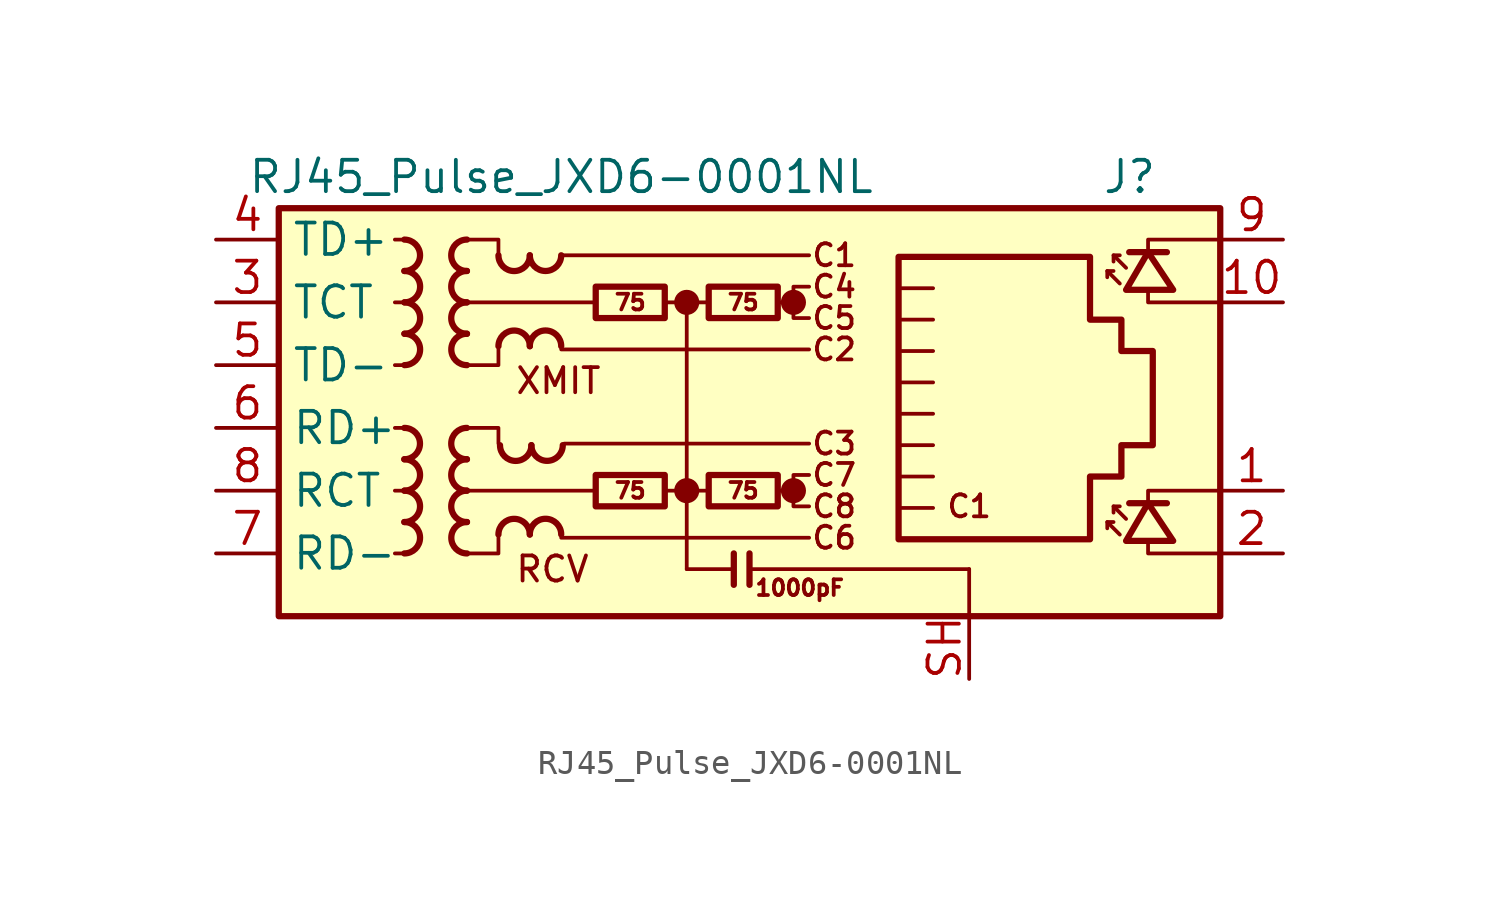
<source format=kicad_sym>
(kicad_symbol_lib
  (version 20220914)
  (generator kicad_symbol_editor)
  (symbol "RJ45_Pulse_JXD6-0001NL"
    (property "Reference" "J"
      (at 17.78 10.16 0)
      (effects (font (size 1.27 1.27)) (justify right)))
    (property "Value" "RJ45_Pulse_JXD6-0001NL"
      (at -6.35 10.16 0)
      (effects (font (size 1.27 1.27))))
    (symbol "RJ45_Pulse_JXD6-0001NL_0_0"
      (circle (center -1.27 -2.54) (radius 0.0001) (stroke (width 0.508) (type default)) (fill (type none)))
      (circle (center -1.27 5.08) (radius 0.0001) (stroke (width 0.508) (type default)) (fill (type none)))
      (polyline (pts (xy -1.27 5.08) (xy -1.27 -5.715)) (stroke (width 0) (type default)) (fill (type none)))
      (polyline (pts (xy 0.635 -5.08) (xy 0.635 -6.35)) (stroke (width 0.254) (type default)) (fill (type none)))
      (polyline (pts (xy 1.27 -5.08) (xy 1.27 -6.35)) (stroke (width 0.254) (type default)) (fill (type none)))
      (polyline (pts (xy 3.048 -2.54) (xy 2.54 -2.54)) (stroke (width 0) (type default)) (fill (type none)))
      (polyline (pts (xy 3.048 5.08) (xy 2.54 5.08)) (stroke (width 0) (type default)) (fill (type none)))
      (polyline (pts (xy 17.399 -3.175) (xy 17.399 -2.54) (xy 20.32 -2.54)) (stroke (width 0) (type default)) (fill (type none)))
      (polyline (pts (xy 17.399 6.985) (xy 17.399 7.62) (xy 20.32 7.62)) (stroke (width 0) (type default)) (fill (type none)))
      (polyline (pts (xy 20.32 -5.08) (xy 17.399 -5.08) (xy 17.399 -4.572)) (stroke (width 0) (type default)) (fill (type none)))
      (polyline (pts (xy 20.32 5.08) (xy 17.399 5.08) (xy 17.399 5.588)) (stroke (width 0) (type default)) (fill (type none)))
      (polyline (pts (xy 3.683 -1.905) (xy 3.048 -1.905) (xy 3.048 -3.175) (xy 3.683 -3.175)) (stroke (width 0) (type default)) (fill (type none)))
      (polyline (pts (xy 3.683 5.715) (xy 3.048 5.715) (xy 3.048 4.445) (xy 3.683 4.445)) (stroke (width 0) (type default)) (fill (type none)))
      (circle (center 3.048 -2.54) (radius 0.0001) (stroke (width 0.508) (type default)) (fill (type none)))
      (circle (center 3.048 5.08) (radius 0.0001) (stroke (width 0.508) (type default)) (fill (type none)))
      (text "C1" (at 4.699 6.985 0) (effects (font (size 0.889 0.889))))
      (text "C1" (at 10.16 -3.175 0) (effects (font (size 0.889 0.889))))
      (text "C2" (at 4.699 3.175 0) (effects (font (size 0.889 0.889))))
      (text "C3" (at 4.699 -0.635 0) (effects (font (size 0.889 0.889))))
      (text "C4" (at 4.699 5.715 0) (effects (font (size 0.889 0.889))))
      (text "C5" (at 4.699 4.445 0) (effects (font (size 0.889 0.889))))
      (text "C6" (at 4.699 -4.445 0) (effects (font (size 0.889 0.889))))
      (text "C7" (at 4.699 -1.905 0) (effects (font (size 0.889 0.889))))
      (text "C8" (at 4.699 -3.175 0) (effects (font (size 0.889 0.889))))
      (text "RCV" (at -8.255 -5.715 0) (effects (font (size 1.016 1.016)) (justify left)))
      (text "XMIT" (at -8.255 1.905 0) (effects (font (size 1.016 1.016)) (justify left))))
    (symbol "RJ45_Pulse_JXD6-0001NL_0_1"
      (rectangle (start -17.78 8.89) (end 20.32 -7.62) (stroke (width 0.254) (type default)) (fill (type background)))
      (polyline (pts (xy -12.7 -5.08) (xy -13.081 -5.08)) (stroke (width 0) (type default)) (fill (type none)))
      (polyline (pts (xy -12.7 -2.54) (xy -13.081 -2.54)) (stroke (width 0) (type default)) (fill (type none)))
      (polyline (pts (xy -12.7 0) (xy -13.081 0)) (stroke (width 0) (type default)) (fill (type none)))
      (polyline (pts (xy -12.7 2.54) (xy -13.081 2.54)) (stroke (width 0) (type default)) (fill (type none)))
      (polyline (pts (xy -12.7 5.08) (xy -13.081 5.08)) (stroke (width 0) (type default)) (fill (type none)))
      (polyline (pts (xy -12.7 7.62) (xy -13.081 7.62)) (stroke (width 0) (type default)) (fill (type none)))
      (polyline (pts (xy -6.35 -4.445) (xy 3.683 -4.445)) (stroke (width 0) (type default)) (fill (type none)))
      (polyline (pts (xy -6.35 3.175) (xy 3.683 3.175)) (stroke (width 0) (type default)) (fill (type none)))
      (polyline (pts (xy -6.35 6.985) (xy 3.683 6.985)) (stroke (width 0) (type default)) (fill (type none)))
      (polyline (pts (xy -6.223 -0.635) (xy 3.683 -0.635)) (stroke (width 0) (type default)) (fill (type none)))
      (polyline (pts (xy -5.08 -2.54) (xy -10.16 -2.54)) (stroke (width 0) (type default)) (fill (type none)))
      (polyline (pts (xy -4.953 5.08) (xy -10.16 5.08)) (stroke (width 0) (type default)) (fill (type none)))
      (polyline (pts (xy -2.159 -2.54) (xy -0.381 -2.54)) (stroke (width 0) (type default)) (fill (type none)))
      (polyline (pts (xy -2.159 5.08) (xy -0.381 5.08)) (stroke (width 0) (type default)) (fill (type none)))
      (polyline (pts (xy 0.635 -5.715) (xy -1.27 -5.715)) (stroke (width 0) (type default)) (fill (type none)))
      (polyline (pts (xy 7.429 -1.968) (xy 8.7 -1.968)) (stroke (width 0) (type default)) (fill (type none)))
      (polyline (pts (xy 7.429 -0.699) (xy 8.7 -0.699)) (stroke (width 0) (type default)) (fill (type none)))
      (polyline (pts (xy 7.429 0.572) (xy 8.7 0.572)) (stroke (width 0) (type default)) (fill (type none)))
      (polyline (pts (xy 7.429 1.841) (xy 8.7 1.841)) (stroke (width 0) (type default)) (fill (type none)))
      (polyline (pts (xy 7.429 3.111) (xy 8.7 3.111)) (stroke (width 0) (type default)) (fill (type none)))
      (polyline (pts (xy 8.7 -3.239) (xy 7.429 -3.239)) (stroke (width 0) (type default)) (fill (type none)))
      (polyline (pts (xy 8.7 4.381) (xy 7.429 4.381)) (stroke (width 0) (type default)) (fill (type none)))
      (polyline (pts (xy 8.7 5.652) (xy 7.429 5.652)) (stroke (width 0) (type default)) (fill (type none)))
      (polyline (pts (xy 10.16 -5.715) (xy 1.27 -5.715)) (stroke (width 0) (type default)) (fill (type none)))
      (polyline (pts (xy 10.16 -5.715) (xy 10.16 -7.62)) (stroke (width 0) (type default)) (fill (type none)))
      (polyline (pts (xy -10.16 0) (xy -8.89 0) (xy -8.89 -0.635)) (stroke (width 0) (type default)) (fill (type none)))
      (polyline (pts (xy -10.16 7.62) (xy -8.89 7.62) (xy -8.89 6.985)) (stroke (width 0) (type default)) (fill (type none)))
      (polyline (pts (xy -8.89 -4.445) (xy -8.89 -5.08) (xy -10.16 -5.08)) (stroke (width 0) (type default)) (fill (type none)))
      (polyline (pts (xy -8.89 3.175) (xy -8.89 2.54) (xy -10.16 2.54)) (stroke (width 0) (type default)) (fill (type none))))
    (symbol "RJ45_Pulse_JXD6-0001NL_1_0"
      (text "1000pF" (at 3.302 -6.477 0) (effects (font (size 0.635 0.635)))))
    (symbol "RJ45_Pulse_JXD6-0001NL_1_1"
      (arc (start -12.7 -1.27) (mid -12.0677 -0.635) (end -12.7 0) (stroke (width 0.254) (type default)) (fill (type none)))
      (arc (start -12.6973 -5.08) (mid -12.065 -4.445) (end -12.6973 -3.81) (stroke (width 0.254) (type default)) (fill (type none)))
      (arc (start -12.6973 -3.81) (mid -12.065 -3.175) (end -12.6973 -2.54) (stroke (width 0.254) (type default)) (fill (type none)))
      (arc (start -12.6973 -2.54) (mid -12.065 -1.905) (end -12.6973 -1.27) (stroke (width 0.254) (type default)) (fill (type none)))
      (arc (start -12.6973 6.35) (mid -12.065 6.985) (end -12.6973 7.62) (stroke (width 0.254) (type default)) (fill (type none)))
      (arc (start -12.6946 2.54) (mid -12.0623 3.175) (end -12.6946 3.81) (stroke (width 0.254) (type default)) (fill (type none)))
      (arc (start -12.6946 3.81) (mid -12.0623 4.445) (end -12.6946 5.08) (stroke (width 0.254) (type default)) (fill (type none)))
      (arc (start -12.6946 5.08) (mid -12.0623 5.715) (end -12.6946 6.35) (stroke (width 0.254) (type default)) (fill (type none)))
      (arc (start -10.1654 -2.54) (mid -10.7977 -3.175) (end -10.1654 -3.81) (stroke (width 0.254) (type default)) (fill (type none)))
      (arc (start -10.1654 -1.27) (mid -10.7977 -1.905) (end -10.1654 -2.54) (stroke (width 0.254) (type default)) (fill (type none)))
      (arc (start -10.1654 0) (mid -10.7977 -0.635) (end -10.1654 -1.27) (stroke (width 0.254) (type default)) (fill (type none)))
      (arc (start -10.1654 5.08) (mid -10.7977 4.445) (end -10.1654 3.81) (stroke (width 0.254) (type default)) (fill (type none)))
      (arc (start -10.1654 6.35) (mid -10.7977 5.715) (end -10.1654 5.08) (stroke (width 0.254) (type default)) (fill (type none)))
      (arc (start -10.1654 7.62) (mid -10.7977 6.985) (end -10.1654 6.35) (stroke (width 0.254) (type default)) (fill (type none)))
      (arc (start -10.1627 -3.81) (mid -10.795 -4.445) (end -10.1627 -5.08) (stroke (width 0.254) (type default)) (fill (type none)))
      (arc (start -10.1627 3.81) (mid -10.795 3.175) (end -10.1627 2.54) (stroke (width 0.254) (type default)) (fill (type none)))
      (arc (start -8.89 6.9823) (mid -8.255 6.35) (end -7.62 6.9823) (stroke (width 0.254) (type default)) (fill (type none)))
      (arc (start -8.8265 -0.7012) (mid -8.1915 -1.3335) (end -7.5565 -0.7012) (stroke (width 0.254) (type default)) (fill (type none)))
      (arc (start -7.62 -4.3153) (mid -8.255 -3.683) (end -8.89 -4.3153) (stroke (width 0.254) (type default)) (fill (type none)))
      (arc (start -7.62 3.3047) (mid -8.255 3.937) (end -8.89 3.3047) (stroke (width 0.254) (type default)) (fill (type none)))
      (arc (start -7.62 6.985) (mid -6.985 6.3527) (end -6.35 6.985) (stroke (width 0.254) (type default)) (fill (type none)))
      (arc (start -7.5565 -0.6985) (mid -6.9215 -1.3308) (end -6.2865 -0.6985) (stroke (width 0.254) (type default)) (fill (type none)))
      (arc (start -6.35 -4.3126) (mid -6.985 -3.6803) (end -7.62 -4.3126) (stroke (width 0.254) (type default)) (fill (type none)))
      (arc (start -6.35 3.3074) (mid -6.985 3.9397) (end -7.62 3.3074) (stroke (width 0.254) (type default)) (fill (type none)))
      (rectangle (start -4.953 -1.905) (end -2.159 -3.175) (stroke (width 0.254) (type default)) (fill (type none)))
      (rectangle (start -4.953 5.715) (end -2.159 4.445) (stroke (width 0.254) (type default)) (fill (type none)))
      (rectangle (start -0.381 -1.905) (end 2.413 -3.175) (stroke (width 0.254) (type default)) (fill (type none)))
      (rectangle (start -0.381 5.715) (end 2.413 4.445) (stroke (width 0.254) (type default)) (fill (type none)))
      (polyline (pts (xy 15.748 -3.81) (xy 15.748 -4.064)) (stroke (width 0) (type default)) (fill (type none)))
      (polyline (pts (xy 15.748 6.35) (xy 15.748 6.096)) (stroke (width 0) (type default)) (fill (type none)))
      (polyline (pts (xy 16.002 -3.175) (xy 16.002 -3.429)) (stroke (width 0) (type default)) (fill (type none)))
      (polyline (pts (xy 16.002 6.985) (xy 16.002 6.731)) (stroke (width 0) (type default)) (fill (type none)))
      (polyline (pts (xy 16.637 -3.048) (xy 18.161 -3.048)) (stroke (width 0.254) (type default)) (fill (type none)))
      (polyline (pts (xy 16.637 7.112) (xy 18.161 7.112)) (stroke (width 0.254) (type default)) (fill (type none)))
      (polyline (pts (xy 16.256 -4.318) (xy 15.748 -3.81) (xy 16.002 -3.81)) (stroke (width 0) (type default)) (fill (type none)))
      (polyline (pts (xy 16.256 5.842) (xy 15.748 6.35) (xy 16.002 6.35)) (stroke (width 0) (type default)) (fill (type none)))
      (polyline (pts (xy 16.51 -3.683) (xy 16.002 -3.175) (xy 16.256 -3.175)) (stroke (width 0) (type default)) (fill (type none)))
      (polyline (pts (xy 16.51 6.477) (xy 16.002 6.985) (xy 16.256 6.985)) (stroke (width 0) (type default)) (fill (type none)))
      (polyline (pts (xy 16.51 -4.572) (xy 18.415 -4.572) (xy 17.399 -3.048) (xy 16.51 -4.572)) (stroke (width 0.254) (type default)) (fill (type none)))
      (polyline (pts (xy 16.51 5.588) (xy 18.415 5.588) (xy 17.399 7.112) (xy 16.51 5.588)) (stroke (width 0.254) (type default)) (fill (type none)))
      (polyline (pts (xy 7.303 -4.508) (xy 7.303 6.921) (xy 15.05 6.921) (xy 15.05 4.381) (xy 16.32 4.381) (xy 16.32 3.111) (xy 17.59 3.111) (xy 17.59 -0.699) (xy 16.32 -0.699) (xy 16.32 -1.968) (xy 15.05 -1.968) (xy 15.05 -4.508) (xy 7.303 -4.508)) (stroke (width 0.254) (type default)) (fill (type none)))
      (text "75" (at -3.556 -2.54 0) (effects (font (size 0.635 0.635))))
      (text "75" (at -3.556 5.08 0) (effects (font (size 0.635 0.635))))
      (text "75" (at 1.016 -2.54 0) (effects (font (size 0.635 0.635))))
      (text "75" (at 1.016 5.08 0) (effects (font (size 0.635 0.635))))
      (pin passive line (at 22.86 -2.54 180) (length 2.54) (name "" (effects (font (size 1.27 1.27)))) (number "1" (effects (font (size 1.27 1.27)))))
      (pin passive line (at 22.86 5.08 180) (length 2.54) (name "" (effects (font (size 1.27 1.27)))) (number "10" (effects (font (size 1.27 1.27)))))
      (pin passive line (at 22.86 -5.08 180) (length 2.54) (name "" (effects (font (size 1.27 1.27)))) (number "2" (effects (font (size 1.27 1.27)))))
      (pin passive line (at -20.32 5.08 0) (length 2.54) (name "TCT" (effects (font (size 1.27 1.27)))) (number "3" (effects (font (size 1.27 1.27)))))
      (pin passive line (at -20.32 7.62 0) (length 2.54) (name "TD+" (effects (font (size 1.27 1.27)))) (number "4" (effects (font (size 1.27 1.27)))))
      (pin passive line (at -20.32 2.54 0) (length 2.54) (name "TD-" (effects (font (size 1.27 1.27)))) (number "5" (effects (font (size 1.27 1.27)))))
      (pin passive line (at -20.32 0 0) (length 2.54) (name "RD+" (effects (font (size 1.27 1.27)))) (number "6" (effects (font (size 1.27 1.27)))))
      (pin passive line (at -20.32 -5.08 0) (length 2.54) (name "RD-" (effects (font (size 1.27 1.27)))) (number "7" (effects (font (size 1.27 1.27)))))
      (pin passive line (at -20.32 -2.54 0) (length 2.54) (name "RCT" (effects (font (size 1.27 1.27)))) (number "8" (effects (font (size 1.27 1.27)))))
      (pin passive line (at 22.86 7.62 180) (length 2.54) (name "" (effects (font (size 1.27 1.27)))) (number "9" (effects (font (size 1.27 1.27)))))
      (pin power_in line (at 10.16 -10.16 90) (length 2.54) (name "" (effects (font (size 1.27 1.27)))) (number "SH" (effects (font (size 1.27 1.27))))))))
</source>
